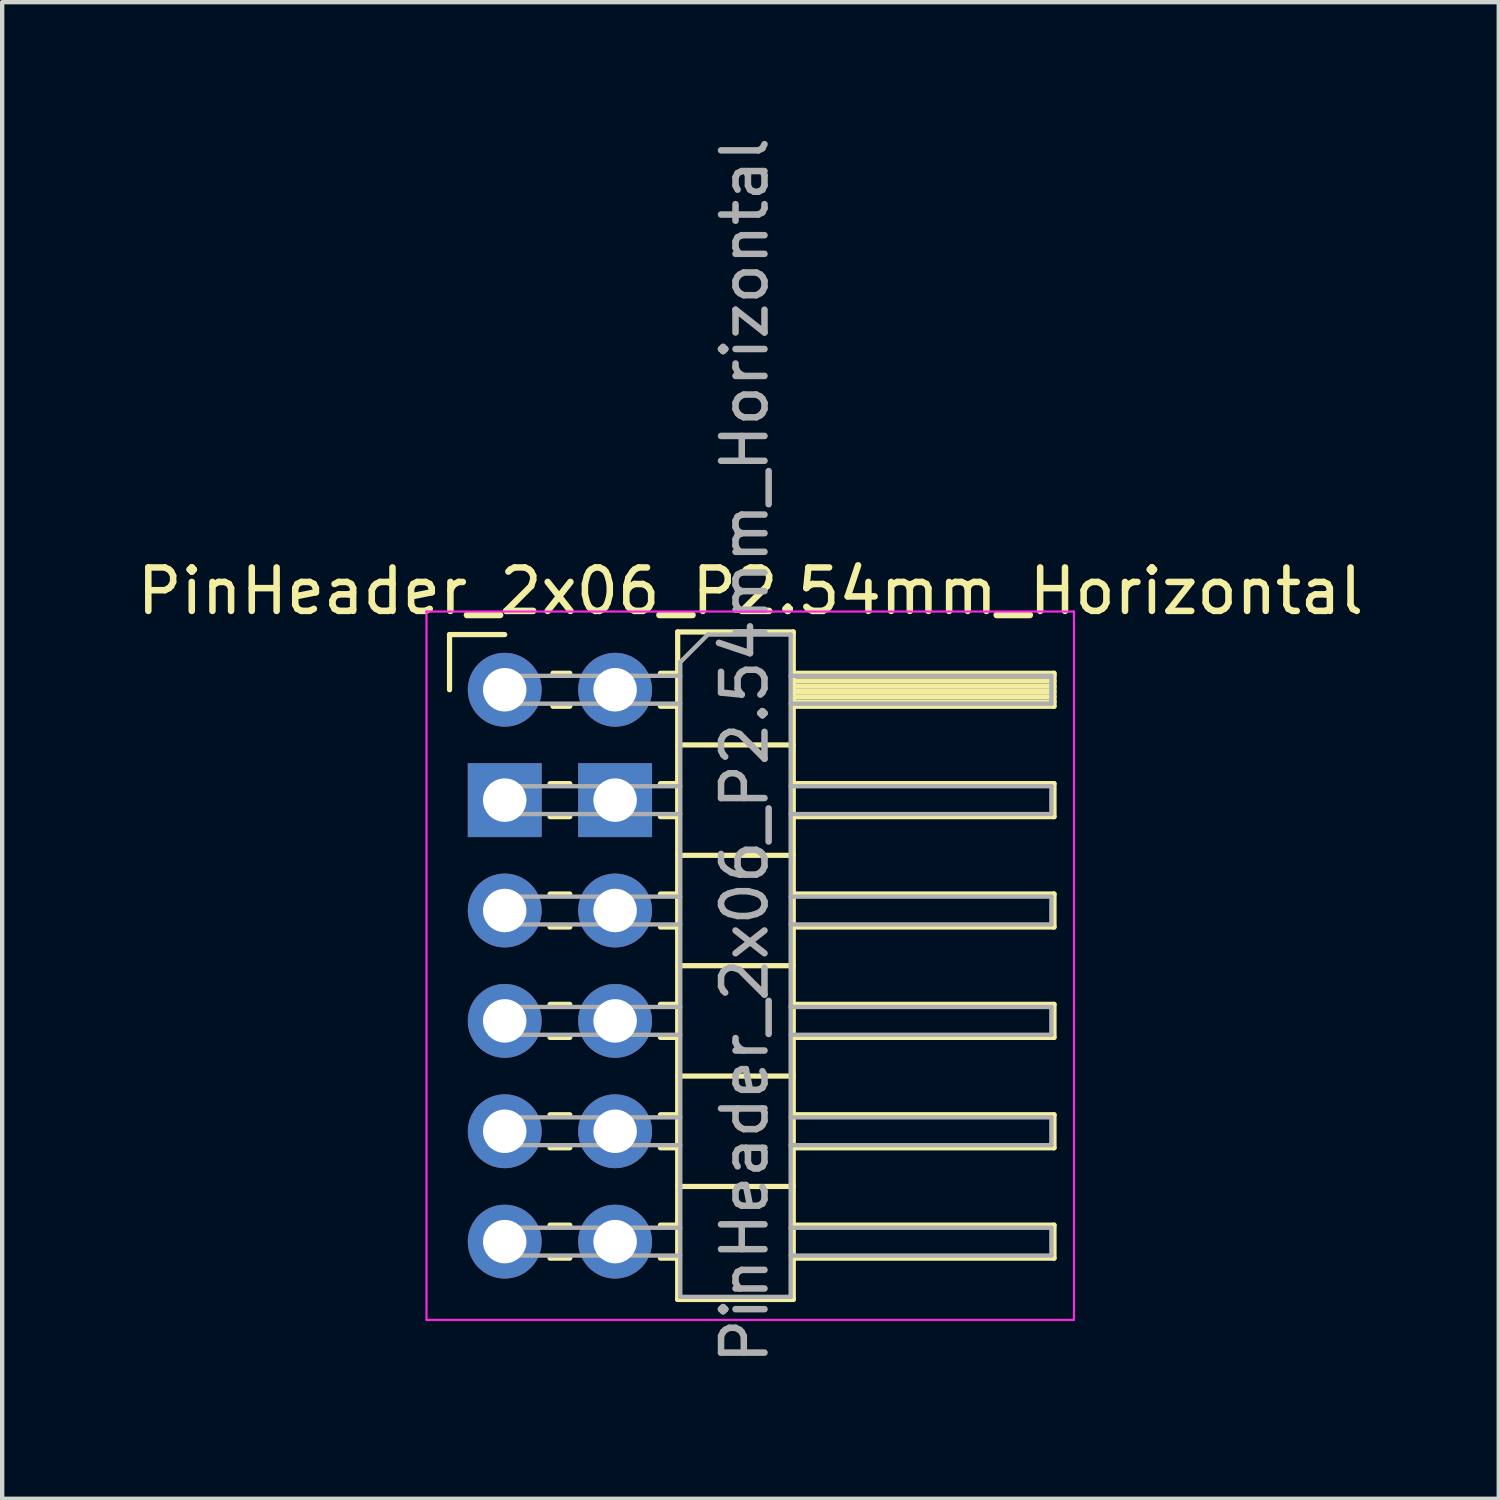
<source format=kicad_pcb>
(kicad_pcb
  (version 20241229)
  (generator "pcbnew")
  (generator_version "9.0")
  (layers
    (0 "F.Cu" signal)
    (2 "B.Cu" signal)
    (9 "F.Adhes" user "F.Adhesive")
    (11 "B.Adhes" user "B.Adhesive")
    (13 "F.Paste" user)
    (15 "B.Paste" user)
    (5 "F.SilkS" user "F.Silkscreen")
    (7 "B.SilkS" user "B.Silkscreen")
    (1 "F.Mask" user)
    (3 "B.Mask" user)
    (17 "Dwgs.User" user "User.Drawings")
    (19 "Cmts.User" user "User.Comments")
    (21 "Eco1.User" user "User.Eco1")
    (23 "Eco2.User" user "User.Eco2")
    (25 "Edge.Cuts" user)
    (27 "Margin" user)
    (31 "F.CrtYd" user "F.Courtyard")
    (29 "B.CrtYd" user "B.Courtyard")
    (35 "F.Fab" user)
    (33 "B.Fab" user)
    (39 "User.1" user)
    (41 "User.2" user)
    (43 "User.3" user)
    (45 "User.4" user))
  (footprint "PinHeader_2x06_P2.54mm_Horizontal"
    (layer "F.Cu")
    (at 8.565 12.823)
    (property "Reference" "PinHeader_2x06_P2.54mm_Horizontal" (at 5.655 -2.27 180) (layer "F.SilkS") (effects (font (size 1 1) (thickness 0.15))))
    (attr through_hole)
    (fp_line (start -1.27 -1.27) (end 0 -1.27) (stroke (width 0.12) (type solid)) (layer "F.SilkS"))
    (fp_line (start -1.27 0) (end -1.27 -1.27) (stroke (width 0.12) (type solid)) (layer "F.SilkS"))
    (fp_line (start 1.043 2.16) (end 1.497 2.16) (stroke (width 0.12) (type solid)) (layer "F.SilkS"))
    (fp_line (start 1.043 2.92) (end 1.497 2.92) (stroke (width 0.12) (type solid)) (layer "F.SilkS"))
    (fp_line (start 1.043 4.7) (end 1.497 4.7) (stroke (width 0.12) (type solid)) (layer "F.SilkS"))
    (fp_line (start 1.043 5.46) (end 1.497 5.46) (stroke (width 0.12) (type solid)) (layer "F.SilkS"))
    (fp_line (start 1.043 7.24) (end 1.497 7.24) (stroke (width 0.12) (type solid)) (layer "F.SilkS"))
    (fp_line (start 1.043 8) (end 1.497 8) (stroke (width 0.12) (type solid)) (layer "F.SilkS"))
    (fp_line (start 1.043 9.78) (end 1.497 9.78) (stroke (width 0.12) (type solid)) (layer "F.SilkS"))
    (fp_line (start 1.043 10.54) (end 1.497 10.54) (stroke (width 0.12) (type solid)) (layer "F.SilkS"))
    (fp_line (start 1.043 12.32) (end 1.497 12.32) (stroke (width 0.12) (type solid)) (layer "F.SilkS"))
    (fp_line (start 1.043 13.08) (end 1.497 13.08) (stroke (width 0.12) (type solid)) (layer "F.SilkS"))
    (fp_line (start 1.11 -0.38) (end 1.497 -0.38) (stroke (width 0.12) (type solid)) (layer "F.SilkS"))
    (fp_line (start 1.11 0.38) (end 1.497 0.38) (stroke (width 0.12) (type solid)) (layer "F.SilkS"))
    (fp_line (start 3.583 -0.38) (end 3.98 -0.38) (stroke (width 0.12) (type solid)) (layer "F.SilkS"))
    (fp_line (start 3.583 0.38) (end 3.98 0.38) (stroke (width 0.12) (type solid)) (layer "F.SilkS"))
    (fp_line (start 3.583 2.16) (end 3.98 2.16) (stroke (width 0.12) (type solid)) (layer "F.SilkS"))
    (fp_line (start 3.583 2.92) (end 3.98 2.92) (stroke (width 0.12) (type solid)) (layer "F.SilkS"))
    (fp_line (start 3.583 4.7) (end 3.98 4.7) (stroke (width 0.12) (type solid)) (layer "F.SilkS"))
    (fp_line (start 3.583 5.46) (end 3.98 5.46) (stroke (width 0.12) (type solid)) (layer "F.SilkS"))
    (fp_line (start 3.583 7.24) (end 3.98 7.24) (stroke (width 0.12) (type solid)) (layer "F.SilkS"))
    (fp_line (start 3.583 8) (end 3.98 8) (stroke (width 0.12) (type solid)) (layer "F.SilkS"))
    (fp_line (start 3.583 9.78) (end 3.98 9.78) (stroke (width 0.12) (type solid)) (layer "F.SilkS"))
    (fp_line (start 3.583 10.54) (end 3.98 10.54) (stroke (width 0.12) (type solid)) (layer "F.SilkS"))
    (fp_line (start 3.583 12.32) (end 3.98 12.32) (stroke (width 0.12) (type solid)) (layer "F.SilkS"))
    (fp_line (start 3.583 13.08) (end 3.98 13.08) (stroke (width 0.12) (type solid)) (layer "F.SilkS"))
    (fp_line (start 3.98 -1.33) (end 3.98 14.03) (stroke (width 0.12) (type solid)) (layer "F.SilkS"))
    (fp_line (start 3.98 1.27) (end 6.64 1.27) (stroke (width 0.12) (type solid)) (layer "F.SilkS"))
    (fp_line (start 3.98 3.81) (end 6.64 3.81) (stroke (width 0.12) (type solid)) (layer "F.SilkS"))
    (fp_line (start 3.98 6.35) (end 6.64 6.35) (stroke (width 0.12) (type solid)) (layer "F.SilkS"))
    (fp_line (start 3.98 8.89) (end 6.64 8.89) (stroke (width 0.12) (type solid)) (layer "F.SilkS"))
    (fp_line (start 3.98 11.43) (end 6.64 11.43) (stroke (width 0.12) (type solid)) (layer "F.SilkS"))
    (fp_line (start 3.98 14.03) (end 6.64 14.03) (stroke (width 0.12) (type solid)) (layer "F.SilkS"))
    (fp_line (start 6.64 -1.33) (end 3.98 -1.33) (stroke (width 0.12) (type solid)) (layer "F.SilkS"))
    (fp_line (start 6.64 -0.38) (end 12.64 -0.38) (stroke (width 0.12) (type solid)) (layer "F.SilkS"))
    (fp_line (start 6.64 -0.32) (end 12.64 -0.32) (stroke (width 0.12) (type solid)) (layer "F.SilkS"))
    (fp_line (start 6.64 -0.2) (end 12.64 -0.2) (stroke (width 0.12) (type solid)) (layer "F.SilkS"))
    (fp_line (start 6.64 -0.08) (end 12.64 -0.08) (stroke (width 0.12) (type solid)) (layer "F.SilkS"))
    (fp_line (start 6.64 0.04) (end 12.64 0.04) (stroke (width 0.12) (type solid)) (layer "F.SilkS"))
    (fp_line (start 6.64 0.16) (end 12.64 0.16) (stroke (width 0.12) (type solid)) (layer "F.SilkS"))
    (fp_line (start 6.64 0.28) (end 12.64 0.28) (stroke (width 0.12) (type solid)) (layer "F.SilkS"))
    (fp_line (start 6.64 2.16) (end 12.64 2.16) (stroke (width 0.12) (type solid)) (layer "F.SilkS"))
    (fp_line (start 6.64 4.7) (end 12.64 4.7) (stroke (width 0.12) (type solid)) (layer "F.SilkS"))
    (fp_line (start 6.64 7.24) (end 12.64 7.24) (stroke (width 0.12) (type solid)) (layer "F.SilkS"))
    (fp_line (start 6.64 9.78) (end 12.64 9.78) (stroke (width 0.12) (type solid)) (layer "F.SilkS"))
    (fp_line (start 6.64 12.32) (end 12.64 12.32) (stroke (width 0.12) (type solid)) (layer "F.SilkS"))
    (fp_line (start 6.64 14.03) (end 6.64 -1.33) (stroke (width 0.12) (type solid)) (layer "F.SilkS"))
    (fp_line (start 12.64 -0.38) (end 12.64 0.38) (stroke (width 0.12) (type solid)) (layer "F.SilkS"))
    (fp_line (start 12.64 0.38) (end 6.64 0.38) (stroke (width 0.12) (type solid)) (layer "F.SilkS"))
    (fp_line (start 12.64 2.16) (end 12.64 2.92) (stroke (width 0.12) (type solid)) (layer "F.SilkS"))
    (fp_line (start 12.64 2.92) (end 6.64 2.92) (stroke (width 0.12) (type solid)) (layer "F.SilkS"))
    (fp_line (start 12.64 4.7) (end 12.64 5.46) (stroke (width 0.12) (type solid)) (layer "F.SilkS"))
    (fp_line (start 12.64 5.46) (end 6.64 5.46) (stroke (width 0.12) (type solid)) (layer "F.SilkS"))
    (fp_line (start 12.64 7.24) (end 12.64 8) (stroke (width 0.12) (type solid)) (layer "F.SilkS"))
    (fp_line (start 12.64 8) (end 6.64 8) (stroke (width 0.12) (type solid)) (layer "F.SilkS"))
    (fp_line (start 12.64 9.78) (end 12.64 10.54) (stroke (width 0.12) (type solid)) (layer "F.SilkS"))
    (fp_line (start 12.64 10.54) (end 6.64 10.54) (stroke (width 0.12) (type solid)) (layer "F.SilkS"))
    (fp_line (start 12.64 12.32) (end 12.64 13.08) (stroke (width 0.12) (type solid)) (layer "F.SilkS"))
    (fp_line (start 12.64 13.08) (end 6.64 13.08) (stroke (width 0.12) (type solid)) (layer "F.SilkS"))
    (fp_line (start -1.8 -1.8) (end -1.8 14.5) (stroke (width 0.05) (type solid)) (layer "F.CrtYd"))
    (fp_line (start -1.8 14.5) (end 13.1 14.5) (stroke (width 0.05) (type solid)) (layer "F.CrtYd"))
    (fp_line (start 13.1 -1.8) (end -1.8 -1.8) (stroke (width 0.05) (type solid)) (layer "F.CrtYd"))
    (fp_line (start 13.1 14.5) (end 13.1 -1.8) (stroke (width 0.05) (type solid)) (layer "F.CrtYd"))
    (fp_line (start -0.32 -0.32) (end -0.32 0.32) (stroke (width 0.1) (type solid)) (layer "F.Fab"))
    (fp_line (start -0.32 -0.32) (end 4.04 -0.32) (stroke (width 0.1) (type solid)) (layer "F.Fab"))
    (fp_line (start -0.32 0.32) (end 4.04 0.32) (stroke (width 0.1) (type solid)) (layer "F.Fab"))
    (fp_line (start -0.32 2.22) (end -0.32 2.86) (stroke (width 0.1) (type solid)) (layer "F.Fab"))
    (fp_line (start -0.32 2.22) (end 4.04 2.22) (stroke (width 0.1) (type solid)) (layer "F.Fab"))
    (fp_line (start -0.32 2.86) (end 4.04 2.86) (stroke (width 0.1) (type solid)) (layer "F.Fab"))
    (fp_line (start -0.32 4.76) (end -0.32 5.4) (stroke (width 0.1) (type solid)) (layer "F.Fab"))
    (fp_line (start -0.32 4.76) (end 4.04 4.76) (stroke (width 0.1) (type solid)) (layer "F.Fab"))
    (fp_line (start -0.32 5.4) (end 4.04 5.4) (stroke (width 0.1) (type solid)) (layer "F.Fab"))
    (fp_line (start -0.32 7.3) (end -0.32 7.94) (stroke (width 0.1) (type solid)) (layer "F.Fab"))
    (fp_line (start -0.32 7.3) (end 4.04 7.3) (stroke (width 0.1) (type solid)) (layer "F.Fab"))
    (fp_line (start -0.32 7.94) (end 4.04 7.94) (stroke (width 0.1) (type solid)) (layer "F.Fab"))
    (fp_line (start -0.32 9.84) (end -0.32 10.48) (stroke (width 0.1) (type solid)) (layer "F.Fab"))
    (fp_line (start -0.32 9.84) (end 4.04 9.84) (stroke (width 0.1) (type solid)) (layer "F.Fab"))
    (fp_line (start -0.32 10.48) (end 4.04 10.48) (stroke (width 0.1) (type solid)) (layer "F.Fab"))
    (fp_line (start -0.32 12.38) (end -0.32 13.02) (stroke (width 0.1) (type solid)) (layer "F.Fab"))
    (fp_line (start -0.32 12.38) (end 4.04 12.38) (stroke (width 0.1) (type solid)) (layer "F.Fab"))
    (fp_line (start -0.32 13.02) (end 4.04 13.02) (stroke (width 0.1) (type solid)) (layer "F.Fab"))
    (fp_line (start 4.04 -0.635) (end 4.675 -1.27) (stroke (width 0.1) (type solid)) (layer "F.Fab"))
    (fp_line (start 4.04 13.97) (end 4.04 -0.635) (stroke (width 0.1) (type solid)) (layer "F.Fab"))
    (fp_line (start 4.675 -1.27) (end 6.58 -1.27) (stroke (width 0.1) (type solid)) (layer "F.Fab"))
    (fp_line (start 6.58 -1.27) (end 6.58 13.97) (stroke (width 0.1) (type solid)) (layer "F.Fab"))
    (fp_line (start 6.58 -0.32) (end 12.58 -0.32) (stroke (width 0.1) (type solid)) (layer "F.Fab"))
    (fp_line (start 6.58 0.32) (end 12.58 0.32) (stroke (width 0.1) (type solid)) (layer "F.Fab"))
    (fp_line (start 6.58 2.22) (end 12.58 2.22) (stroke (width 0.1) (type solid)) (layer "F.Fab"))
    (fp_line (start 6.58 2.86) (end 12.58 2.86) (stroke (width 0.1) (type solid)) (layer "F.Fab"))
    (fp_line (start 6.58 4.76) (end 12.58 4.76) (stroke (width 0.1) (type solid)) (layer "F.Fab"))
    (fp_line (start 6.58 5.4) (end 12.58 5.4) (stroke (width 0.1) (type solid)) (layer "F.Fab"))
    (fp_line (start 6.58 7.3) (end 12.58 7.3) (stroke (width 0.1) (type solid)) (layer "F.Fab"))
    (fp_line (start 6.58 7.94) (end 12.58 7.94) (stroke (width 0.1) (type solid)) (layer "F.Fab"))
    (fp_line (start 6.58 9.84) (end 12.58 9.84) (stroke (width 0.1) (type solid)) (layer "F.Fab"))
    (fp_line (start 6.58 10.48) (end 12.58 10.48) (stroke (width 0.1) (type solid)) (layer "F.Fab"))
    (fp_line (start 6.58 12.38) (end 12.58 12.38) (stroke (width 0.1) (type solid)) (layer "F.Fab"))
    (fp_line (start 6.58 13.02) (end 12.58 13.02) (stroke (width 0.1) (type solid)) (layer "F.Fab"))
    (fp_line (start 6.58 13.97) (end 4.04 13.97) (stroke (width 0.1) (type solid)) (layer "F.Fab"))
    (fp_line (start 12.58 -0.32) (end 12.58 0.32) (stroke (width 0.1) (type solid)) (layer "F.Fab"))
    (fp_line (start 12.58 2.22) (end 12.58 2.86) (stroke (width 0.1) (type solid)) (layer "F.Fab"))
    (fp_line (start 12.58 4.76) (end 12.58 5.4) (stroke (width 0.1) (type solid)) (layer "F.Fab"))
    (fp_line (start 12.58 7.3) (end 12.58 7.94) (stroke (width 0.1) (type solid)) (layer "F.Fab"))
    (fp_line (start 12.58 9.84) (end 12.58 10.48) (stroke (width 0.1) (type solid)) (layer "F.Fab"))
    (fp_line (start 12.58 12.38) (end 12.58 13.02) (stroke (width 0.1) (type solid)) (layer "F.Fab"))
    (fp_text user "${REFERENCE}" (at 5.523 1.397 270) (layer "F.Fab") (effects (font (size 1 1) (thickness 0.15))))
    (pad "1" thru_hole oval (at 0 0) (size 1.7 1.7) (drill 1) (layers "*.Cu" "*.Mask"))
    (pad "2" thru_hole oval (at 2.54 0) (size 1.7 1.7) (drill 1) (layers "*.Cu" "*.Mask"))
    (pad "3" thru_hole rect (at 0 2.54) (size 1.7 1.7) (drill 1) (layers "*.Cu" "*.Mask"))
    (pad "4" thru_hole rect (at 2.54 2.54) (size 1.7 1.7) (drill 1) (layers "*.Cu" "*.Mask"))
    (pad "5" thru_hole oval (at 0 5.08) (size 1.7 1.7) (drill 1) (layers "*.Cu" "*.Mask"))
    (pad "6" thru_hole oval (at 2.54 5.08) (size 1.7 1.7) (drill 1) (layers "*.Cu" "*.Mask"))
    (pad "7" thru_hole oval (at 0 7.62) (size 1.7 1.7) (drill 1) (layers "*.Cu" "*.Mask"))
    (pad "8" thru_hole oval (at 2.54 7.62) (size 1.7 1.7) (drill 1) (layers "*.Cu" "*.Mask"))
    (pad "9" thru_hole oval (at 0 10.16) (size 1.7 1.7) (drill 1) (layers "*.Cu" "*.Mask"))
    (pad "10" thru_hole oval (at 2.54 10.16) (size 1.7 1.7) (drill 1) (layers "*.Cu" "*.Mask"))
    (pad "11" thru_hole oval (at 0 12.7) (size 1.7 1.7) (drill 1) (layers "*.Cu" "*.Mask"))
    (pad "12" thru_hole oval (at 2.54 12.7) (size 1.7 1.7) (drill 1) (layers "*.Cu" "*.Mask")))
  (gr_rect
    (start -3 -3)
    (end 31.44 31.44)
    (stroke (width 0.1) (type default))
    (fill no)
    (layer "Edge.Cuts")))
</source>
